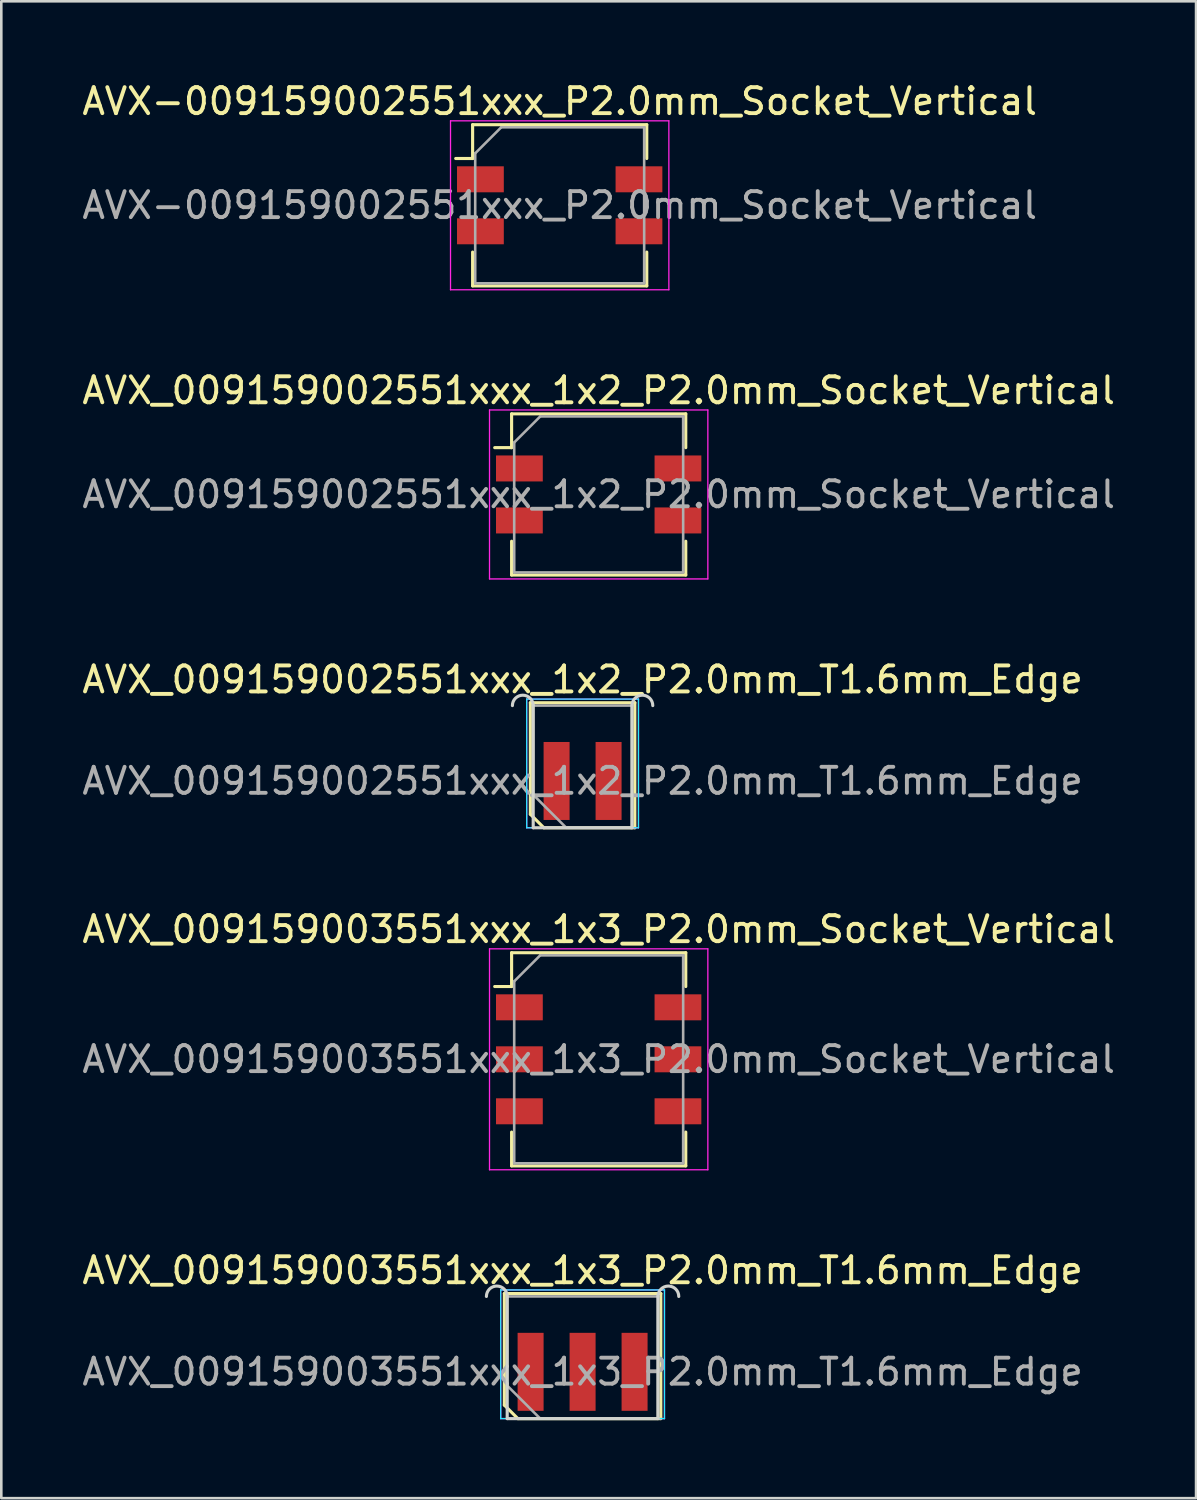
<source format=kicad_pcb>
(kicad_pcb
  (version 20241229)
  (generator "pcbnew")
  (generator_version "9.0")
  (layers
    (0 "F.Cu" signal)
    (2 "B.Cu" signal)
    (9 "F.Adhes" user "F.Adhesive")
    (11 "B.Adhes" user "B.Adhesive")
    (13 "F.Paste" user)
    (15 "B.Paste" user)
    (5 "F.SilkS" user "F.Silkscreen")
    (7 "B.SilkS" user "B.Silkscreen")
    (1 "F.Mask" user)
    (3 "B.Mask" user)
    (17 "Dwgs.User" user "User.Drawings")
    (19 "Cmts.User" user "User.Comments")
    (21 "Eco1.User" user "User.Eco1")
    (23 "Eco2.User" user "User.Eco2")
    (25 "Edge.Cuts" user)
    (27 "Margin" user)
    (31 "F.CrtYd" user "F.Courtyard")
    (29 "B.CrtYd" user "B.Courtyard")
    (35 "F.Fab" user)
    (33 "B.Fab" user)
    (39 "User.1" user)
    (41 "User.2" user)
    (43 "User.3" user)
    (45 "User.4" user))
  (footprint "AVX_009159002551xxx_1x2_P2.0mm_Socket_Vertical"
    (layer "F.Cu")
    (at 19.982 15.972)
    (property "Reference" "AVX_009159002551xxx_1x2_P2.0mm_Socket_Vertical" (at 0 -4 0) (layer "F.SilkS") (effects (font (size 1 1) (thickness 0.15))))
    (attr smd)
    (fp_line (start -4 -1.8) (end -3.35 -1.8) (stroke (width 0.12) (type solid)) (layer "F.SilkS"))
    (fp_line (start -3.35 -3.1) (end -3.35 -1.8) (stroke (width 0.12) (type solid)) (layer "F.SilkS"))
    (fp_line (start -3.35 -3.1) (end 3.35 -3.1) (stroke (width 0.12) (type solid)) (layer "F.SilkS"))
    (fp_line (start -3.35 3.1) (end -3.35 1.8) (stroke (width 0.12) (type solid)) (layer "F.SilkS"))
    (fp_line (start 3.35 -3.1) (end 3.35 -1.8) (stroke (width 0.12) (type solid)) (layer "F.SilkS"))
    (fp_line (start 3.35 3.1) (end -3.35 3.1) (stroke (width 0.12) (type solid)) (layer "F.SilkS"))
    (fp_line (start 3.35 3.1) (end 3.35 1.8) (stroke (width 0.12) (type solid)) (layer "F.SilkS"))
    (fp_line (start -4.2 -3.25) (end 4.2 -3.25) (stroke (width 0.05) (type solid)) (layer "F.CrtYd"))
    (fp_line (start -4.2 3.25) (end -4.2 -3.25) (stroke (width 0.05) (type solid)) (layer "F.CrtYd"))
    (fp_line (start 4.2 -3.25) (end 4.2 3.25) (stroke (width 0.05) (type solid)) (layer "F.CrtYd"))
    (fp_line (start 4.2 3.25) (end -4.2 3.25) (stroke (width 0.05) (type solid)) (layer "F.CrtYd"))
    (fp_line (start -3.25 -2) (end -2.25 -3) (stroke (width 0.1) (type solid)) (layer "F.Fab"))
    (fp_line (start -3.25 3) (end -3.25 -2) (stroke (width 0.1) (type solid)) (layer "F.Fab"))
    (fp_line (start -2.25 -3) (end 3.25 -3) (stroke (width 0.1) (type solid)) (layer "F.Fab"))
    (fp_line (start 3.25 -3) (end 3.25 3) (stroke (width 0.1) (type solid)) (layer "F.Fab"))
    (fp_line (start 3.25 3) (end -3.25 3) (stroke (width 0.1) (type solid)) (layer "F.Fab"))
    (fp_text user "${REFERENCE}" (at 0 0 0) (layer "F.Fab") (effects (font (size 1 1) (thickness 0.15))))
    (pad "1" smd rect (at -3.05 -1 270) (size 1 1.8) (layers "F.Cu" "F.Mask" "F.Paste"))
    (pad "2" smd rect (at -3.05 1 270) (size 1 1.8) (layers "F.Cu" "F.Mask" "F.Paste"))
    (pad "MP" smd rect (at 3.05 -1 270) (size 1 1.8) (layers "F.Cu" "F.Mask" "F.Paste"))
    (pad "MP" smd rect (at 3.05 1 270) (size 1 1.8) (layers "F.Cu" "F.Mask" "F.Paste")))
  (footprint "AVX-009159002551xxx_P2.0mm_Socket_Vertical"
    (layer "F.Cu")
    (at 18.482 4.848)
    (property "Reference" "AVX-009159002551xxx_P2.0mm_Socket_Vertical" (at 0 -4 0) (layer "F.SilkS") (effects (font (size 1 1) (thickness 0.15))))
    (attr smd)
    (fp_line (start -4 -1.8) (end -3.35 -1.8) (stroke (width 0.12) (type solid)) (layer "F.SilkS"))
    (fp_line (start -3.35 -3.1) (end -3.35 -1.8) (stroke (width 0.12) (type solid)) (layer "F.SilkS"))
    (fp_line (start -3.35 -3.1) (end 3.35 -3.1) (stroke (width 0.12) (type solid)) (layer "F.SilkS"))
    (fp_line (start -3.35 3.1) (end -3.35 1.8) (stroke (width 0.12) (type solid)) (layer "F.SilkS"))
    (fp_line (start 3.35 -3.1) (end 3.35 -1.8) (stroke (width 0.12) (type solid)) (layer "F.SilkS"))
    (fp_line (start 3.35 3.1) (end -3.35 3.1) (stroke (width 0.12) (type solid)) (layer "F.SilkS"))
    (fp_line (start 3.35 3.1) (end 3.35 1.8) (stroke (width 0.12) (type solid)) (layer "F.SilkS"))
    (fp_line (start -4.2 -3.25) (end 4.2 -3.25) (stroke (width 0.05) (type solid)) (layer "F.CrtYd"))
    (fp_line (start -4.2 3.25) (end -4.2 -3.25) (stroke (width 0.05) (type solid)) (layer "F.CrtYd"))
    (fp_line (start 4.2 -3.25) (end 4.2 3.25) (stroke (width 0.05) (type solid)) (layer "F.CrtYd"))
    (fp_line (start 4.2 3.25) (end -4.2 3.25) (stroke (width 0.05) (type solid)) (layer "F.CrtYd"))
    (fp_line (start -3.25 -2) (end -2.25 -3) (stroke (width 0.1) (type solid)) (layer "F.Fab"))
    (fp_line (start -3.25 3) (end -3.25 -2) (stroke (width 0.1) (type solid)) (layer "F.Fab"))
    (fp_line (start -2.25 -3) (end 3.25 -3) (stroke (width 0.1) (type solid)) (layer "F.Fab"))
    (fp_line (start 3.25 -3) (end 3.25 3) (stroke (width 0.1) (type solid)) (layer "F.Fab"))
    (fp_line (start 3.25 3) (end -3.25 3) (stroke (width 0.1) (type solid)) (layer "F.Fab"))
    (fp_text user "${REFERENCE}" (at 0 0 0) (layer "F.Fab") (effects (font (size 1 1) (thickness 0.15))))
    (pad "1" smd rect (at -3.05 -1 270) (size 1 1.8) (layers "F.Cu" "F.Mask" "F.Paste"))
    (pad "2" smd rect (at -3.05 1 270) (size 1 1.8) (layers "F.Cu" "F.Mask" "F.Paste"))
    (pad "MP" smd rect (at 3.05 -1 270) (size 1 1.8) (layers "F.Cu" "F.Mask" "F.Paste"))
    (pad "MP" smd rect (at 3.05 1 270) (size 1 1.8) (layers "F.Cu" "F.Mask" "F.Paste")))
  (footprint "AVX_009159003551xxx_1x3_P2.0mm_Socket_Vertical"
    (layer "F.Cu")
    (at 19.982 37.703)
    (property "Reference" "AVX_009159003551xxx_1x3_P2.0mm_Socket_Vertical" (at 0 -5 0) (layer "F.SilkS") (effects (font (size 1 1) (thickness 0.15))))
    (attr smd)
    (fp_line (start -4 -2.8) (end -3.35 -2.8) (stroke (width 0.12) (type solid)) (layer "F.SilkS"))
    (fp_line (start -3.35 -4.1) (end -3.35 -2.8) (stroke (width 0.12) (type solid)) (layer "F.SilkS"))
    (fp_line (start -3.35 -4.1) (end 3.35 -4.1) (stroke (width 0.12) (type solid)) (layer "F.SilkS"))
    (fp_line (start -3.35 4.1) (end -3.35 2.8) (stroke (width 0.12) (type solid)) (layer "F.SilkS"))
    (fp_line (start 3.35 -4.1) (end 3.35 -2.8) (stroke (width 0.12) (type solid)) (layer "F.SilkS"))
    (fp_line (start 3.35 4.1) (end -3.35 4.1) (stroke (width 0.12) (type solid)) (layer "F.SilkS"))
    (fp_line (start 3.35 4.1) (end 3.35 2.8) (stroke (width 0.12) (type solid)) (layer "F.SilkS"))
    (fp_line (start -4.2 -4.25) (end 4.2 -4.25) (stroke (width 0.05) (type solid)) (layer "F.CrtYd"))
    (fp_line (start -4.2 4.25) (end -4.2 -4.25) (stroke (width 0.05) (type solid)) (layer "F.CrtYd"))
    (fp_line (start 4.2 -4.25) (end 4.2 4.25) (stroke (width 0.05) (type solid)) (layer "F.CrtYd"))
    (fp_line (start 4.2 4.25) (end -4.2 4.25) (stroke (width 0.05) (type solid)) (layer "F.CrtYd"))
    (fp_line (start -3.25 -3) (end -2.25 -4) (stroke (width 0.1) (type solid)) (layer "F.Fab"))
    (fp_line (start -3.25 4) (end -3.25 -3) (stroke (width 0.1) (type solid)) (layer "F.Fab"))
    (fp_line (start -2.25 -4) (end 3.25 -4) (stroke (width 0.1) (type solid)) (layer "F.Fab"))
    (fp_line (start 3.25 -4) (end 3.25 4) (stroke (width 0.1) (type solid)) (layer "F.Fab"))
    (fp_line (start 3.25 4) (end -3.25 4) (stroke (width 0.1) (type solid)) (layer "F.Fab"))
    (fp_text user "${REFERENCE}" (at 0 0 0) (layer "F.Fab") (effects (font (size 1 1) (thickness 0.15))))
    (pad "1" smd rect (at -3.05 -2 270) (size 1 1.8) (layers "F.Cu" "F.Mask" "F.Paste"))
    (pad "2" smd rect (at -3.05 0 270) (size 1 1.8) (layers "F.Cu" "F.Mask" "F.Paste"))
    (pad "3" smd rect (at -3.05 2 270) (size 1 1.8) (layers "F.Cu" "F.Mask" "F.Paste"))
    (pad "MP" smd rect (at 3.05 -2 270) (size 1 1.8) (layers "F.Cu" "F.Mask" "F.Paste"))
    (pad "MP" smd rect (at 3.05 0 270) (size 1 1.8) (layers "F.Cu" "F.Mask" "F.Paste"))
    (pad "MP" smd rect (at 3.05 2 270) (size 1 1.8) (layers "F.Cu" "F.Mask" "F.Paste")))
  (footprint "AVX_009159002551xxx_1x2_P2.0mm_T1.6mm_Edge"
    (layer "F.Cu")
    (at 19.363 26.995)
    (property "Reference" "AVX_009159002551xxx_1x2_P2.0mm_T1.6mm_Edge" (at 0 -3.9 0) (layer "F.SilkS") (effects (font (size 1 1) (thickness 0.15))))
    (attr exclude_from_pos_files exclude_from_bom)
    (fp_line (start -2.01 -3.01) (end 2.01 -3.01) (stroke (width 0.12) (type solid)) (layer "F.SilkS"))
    (fp_line (start -2.01 1.28) (end -2.01 -3.01) (stroke (width 0.12) (type solid)) (layer "F.SilkS"))
    (fp_line (start -1.49 1.8) (end -2.01 1.28) (stroke (width 0.12) (type solid)) (layer "F.SilkS"))
    (fp_line (start -1.49 1.8) (end 2.01 1.8) (stroke (width 0.12) (type solid)) (layer "F.SilkS"))
    (fp_line (start 2.01 1.8) (end 2.01 -3.01) (stroke (width 0.12) (type solid)) (layer "F.SilkS"))
    (fp_line (start -1.9 1.8) (end -1.9 -2.9) (stroke (width 0.12) (type solid)) (layer "Edge.Cuts"))
    (fp_line (start -1.9 1.8) (end 1.9 1.8) (stroke (width 0.12) (type solid)) (layer "Edge.Cuts"))
    (fp_line (start 1.9 1.8) (end 1.9 -2.9) (stroke (width 0.12) (type solid)) (layer "Edge.Cuts"))
    (fp_arc (start -2.7 -2.9) (mid -2.3 -3.3) (end -1.9 -2.9) (stroke (width 0.12) (type solid)) (layer "Edge.Cuts"))
    (fp_arc (start 1.9 -2.9) (mid 2.3 -3.3) (end 2.7 -2.9) (stroke (width 0.12) (type solid)) (layer "Edge.Cuts"))
    (fp_line (start -2.15 -3.15) (end -2.15 1.8) (stroke (width 0.05) (type solid)) (layer "B.CrtYd"))
    (fp_line (start -2.15 1.8) (end 2.15 1.8) (stroke (width 0.05) (type solid)) (layer "B.CrtYd"))
    (fp_line (start 2.15 -3.15) (end -2.15 -3.15) (stroke (width 0.05) (type solid)) (layer "B.CrtYd"))
    (fp_line (start 2.15 1.8) (end 2.15 -3.15) (stroke (width 0.05) (type solid)) (layer "B.CrtYd"))
    (fp_line (start -2.15 -3.15) (end -2.15 1.8) (stroke (width 0.05) (type solid)) (layer "F.CrtYd"))
    (fp_line (start -2.15 1.8) (end 2.15 1.8) (stroke (width 0.05) (type solid)) (layer "F.CrtYd"))
    (fp_line (start 2.15 -3.15) (end -2.15 -3.15) (stroke (width 0.05) (type solid)) (layer "F.CrtYd"))
    (fp_line (start 2.15 1.8) (end 2.15 -3.15) (stroke (width 0.05) (type solid)) (layer "F.CrtYd"))
    (fp_line (start -1.9 -2.9) (end 1.9 -2.9) (stroke (width 0.1) (type solid)) (layer "F.Fab"))
    (fp_line (start -1.9 0.53) (end -1.9 -2.9) (stroke (width 0.1) (type solid)) (layer "F.Fab"))
    (fp_line (start -1.9 0.53) (end -0.63 1.8) (stroke (width 0.1) (type solid)) (layer "F.Fab"))
    (fp_line (start -0.63 1.8) (end 1.9 1.8) (stroke (width 0.1) (type solid)) (layer "F.Fab"))
    (fp_line (start 1.9 1.8) (end 1.9 -2.9) (stroke (width 0.1) (type solid)) (layer "F.Fab"))
    (fp_text user "${REFERENCE}" (at 0 0 0) (layer "F.Fab") (effects (font (size 1 1) (thickness 0.15))))
    (pad "1" connect rect (at -1 0) (size 1 3) (layers "F.Cu" "F.Mask"))
    (pad "2" connect rect (at 1 0) (size 1 3) (layers "F.Cu" "F.Mask")))
  (footprint "AVX_009159003551xxx_1x3_P2.0mm_T1.6mm_Edge"
    (layer "F.Cu")
    (at 19.363 49.726)
    (property "Reference" "AVX_009159003551xxx_1x3_P2.0mm_T1.6mm_Edge" (at 0 -3.9 0) (layer "F.SilkS") (effects (font (size 1 1) (thickness 0.15))))
    (attr exclude_from_pos_files exclude_from_bom)
    (fp_line (start -3.01 -3.01) (end 3.01 -3.01) (stroke (width 0.12) (type solid)) (layer "F.SilkS"))
    (fp_line (start -3.01 1.28) (end -3.01 -3.01) (stroke (width 0.12) (type solid)) (layer "F.SilkS"))
    (fp_line (start -2.49 1.8) (end -3.01 1.28) (stroke (width 0.12) (type solid)) (layer "F.SilkS"))
    (fp_line (start -2.49 1.8) (end 3.01 1.8) (stroke (width 0.12) (type solid)) (layer "F.SilkS"))
    (fp_line (start 3.01 1.8) (end 3.01 -3.01) (stroke (width 0.12) (type solid)) (layer "F.SilkS"))
    (fp_line (start -2.9 1.8) (end -2.9 -2.9) (stroke (width 0.12) (type solid)) (layer "Edge.Cuts"))
    (fp_line (start -2.9 1.8) (end 2.9 1.8) (stroke (width 0.12) (type solid)) (layer "Edge.Cuts"))
    (fp_line (start 2.9 1.8) (end 2.9 -2.9) (stroke (width 0.12) (type solid)) (layer "Edge.Cuts"))
    (fp_arc (start -3.7 -2.9) (mid -3.3 -3.3) (end -2.9 -2.9) (stroke (width 0.12) (type solid)) (layer "Edge.Cuts"))
    (fp_arc (start 2.9 -2.9) (mid 3.3 -3.3) (end 3.7 -2.9) (stroke (width 0.12) (type solid)) (layer "Edge.Cuts"))
    (fp_line (start -3.15 -3.15) (end -3.15 1.8) (stroke (width 0.05) (type solid)) (layer "B.CrtYd"))
    (fp_line (start -3.15 1.8) (end 3.15 1.8) (stroke (width 0.05) (type solid)) (layer "B.CrtYd"))
    (fp_line (start 3.15 -3.15) (end -3.15 -3.15) (stroke (width 0.05) (type solid)) (layer "B.CrtYd"))
    (fp_line (start 3.15 1.8) (end 3.15 -3.15) (stroke (width 0.05) (type solid)) (layer "B.CrtYd"))
    (fp_line (start -3.15 -3.15) (end -3.15 1.8) (stroke (width 0.05) (type solid)) (layer "F.CrtYd"))
    (fp_line (start -3.15 1.8) (end 3.15 1.8) (stroke (width 0.05) (type solid)) (layer "F.CrtYd"))
    (fp_line (start 3.15 -3.15) (end -3.15 -3.15) (stroke (width 0.05) (type solid)) (layer "F.CrtYd"))
    (fp_line (start 3.15 1.8) (end 3.15 -3.15) (stroke (width 0.05) (type solid)) (layer "F.CrtYd"))
    (fp_line (start -2.9 -2.9) (end 2.9 -2.9) (stroke (width 0.1) (type solid)) (layer "F.Fab"))
    (fp_line (start -2.9 0.53) (end -2.9 -2.9) (stroke (width 0.1) (type solid)) (layer "F.Fab"))
    (fp_line (start -2.9 0.53) (end -1.63 1.8) (stroke (width 0.1) (type solid)) (layer "F.Fab"))
    (fp_line (start -1.63 1.8) (end 2.9 1.8) (stroke (width 0.1) (type solid)) (layer "F.Fab"))
    (fp_line (start 2.9 1.8) (end 2.9 -2.9) (stroke (width 0.1) (type solid)) (layer "F.Fab"))
    (fp_text user "${REFERENCE}" (at 0 0 0) (layer "F.Fab") (effects (font (size 1 1) (thickness 0.15))))
    (pad "1" connect rect (at -2 0) (size 1 3) (layers "F.Cu" "F.Mask"))
    (pad "2" connect rect (at 0 0) (size 1 3) (layers "F.Cu" "F.Mask"))
    (pad "3" connect rect (at 2 0) (size 1 3) (layers "F.Cu" "F.Mask")))
  (gr_rect
    (start -3 -3)
    (end 42.964 54.586)
    (stroke (width 0.1) (type default))
    (fill no)
    (layer "Edge.Cuts")))
</source>
